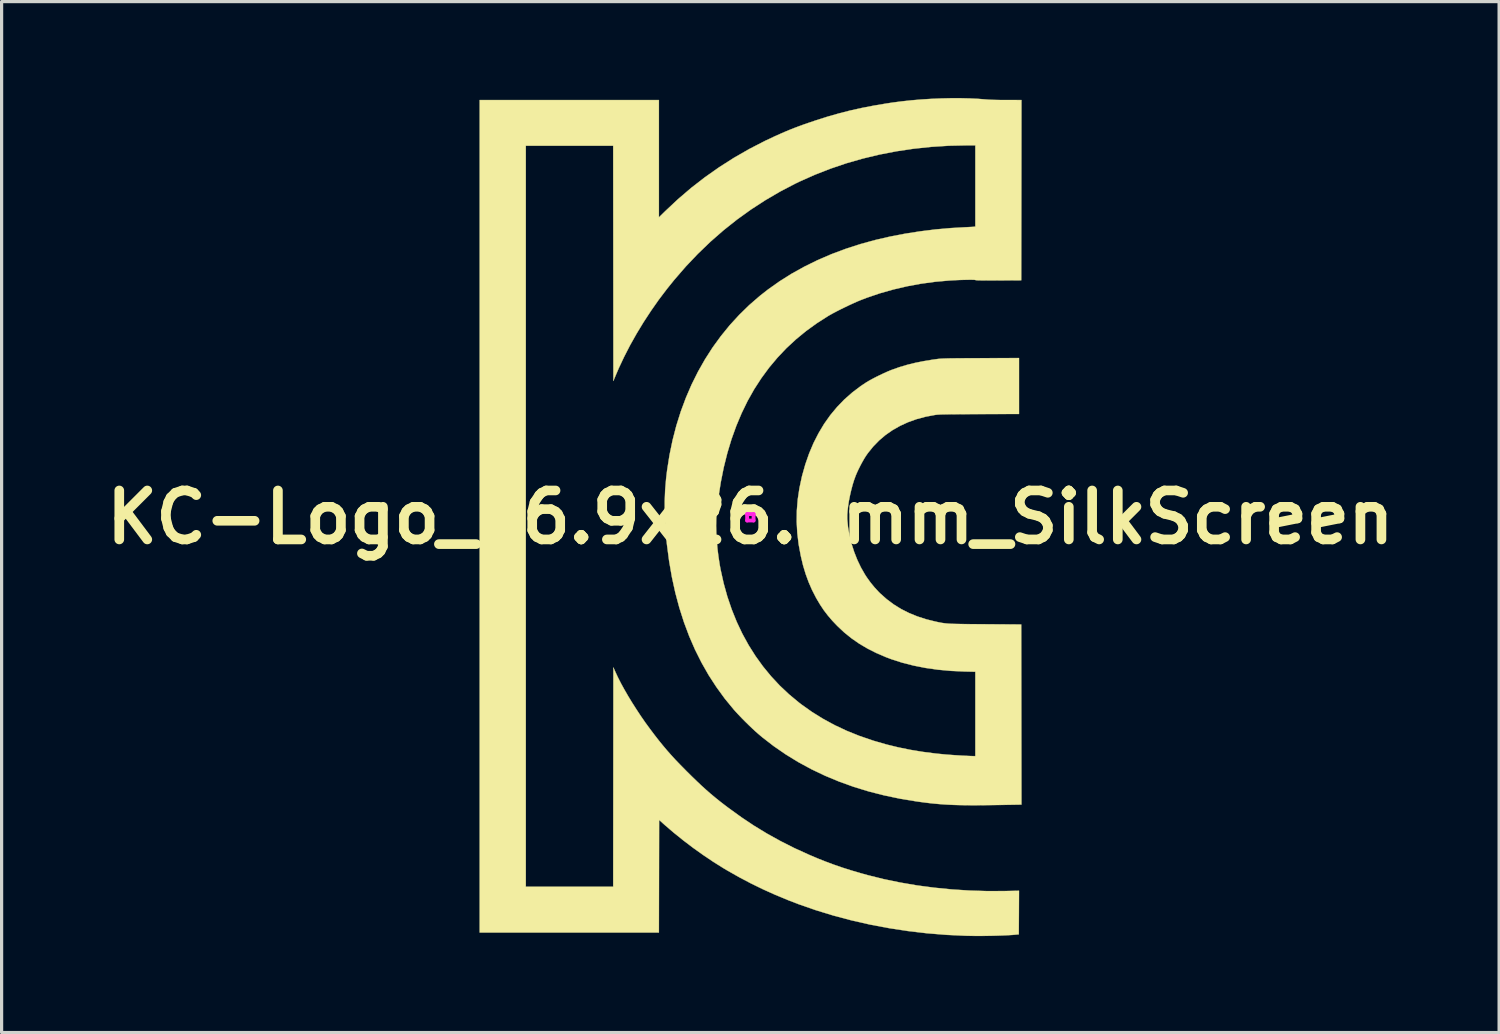
<source format=kicad_pcb>
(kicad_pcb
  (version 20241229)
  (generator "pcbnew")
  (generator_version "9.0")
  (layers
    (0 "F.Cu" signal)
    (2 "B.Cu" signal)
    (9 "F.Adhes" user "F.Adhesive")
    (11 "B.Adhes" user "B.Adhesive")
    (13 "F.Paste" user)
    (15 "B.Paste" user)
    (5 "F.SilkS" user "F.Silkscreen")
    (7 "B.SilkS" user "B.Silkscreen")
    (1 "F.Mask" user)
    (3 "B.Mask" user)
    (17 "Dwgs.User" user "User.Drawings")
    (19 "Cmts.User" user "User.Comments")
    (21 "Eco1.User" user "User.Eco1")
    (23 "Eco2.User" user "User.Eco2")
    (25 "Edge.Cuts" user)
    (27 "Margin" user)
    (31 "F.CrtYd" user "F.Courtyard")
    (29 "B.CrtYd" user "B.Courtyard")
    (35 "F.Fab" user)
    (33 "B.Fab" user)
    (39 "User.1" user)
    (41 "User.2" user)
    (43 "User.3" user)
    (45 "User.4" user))
  (footprint "KC-Logo_16.9x26.1mm_SilkScreen"
    (layer "F.Cu")
    (at 20.291 13.041)
    (property "Reference" "KC-Logo_16.9x26.1mm_SilkScreen" (at 0 0 0) (layer "F.SilkS") (effects (font (size 1.524 1.524) (thickness 0.3))))
    (attr exclude_from_pos_files exclude_from_bom)
    (fp_poly (pts (xy 6.824 -13.029) (xy 7.09 -13.016) (xy 7.303 -12.999) (xy 7.392 -12.992) (xy 7.502 -12.986) (xy 7.633 -12.983) (xy 7.787 -12.98) (xy 7.965 -12.98) (xy 7.966 -12.98) (xy 8.433 -12.979) (xy 8.43 -10.176) (xy 8.426 -7.372) (xy 7.723 -7.369) (xy 7.559 -7.368) (xy 7.419 -7.368) (xy 7.301 -7.369) (xy 7.205 -7.369) (xy 7.129 -7.371) (xy 7.072 -7.372) (xy 7.033 -7.375) (xy 7.01 -7.378) (xy 7.002 -7.38) (xy 6.984 -7.385) (xy 6.944 -7.387) (xy 6.884 -7.389) (xy 6.808 -7.389) (xy 6.719 -7.387) (xy 6.619 -7.385) (xy 6.513 -7.382) (xy 6.402 -7.377) (xy 6.29 -7.371) (xy 6.185 -7.365) (xy 5.747 -7.326) (xy 5.309 -7.266) (xy 4.875 -7.186) (xy 4.447 -7.086) (xy 4.03 -6.968) (xy 3.627 -6.831) (xy 3.429 -6.755) (xy 3.327 -6.713) (xy 3.211 -6.661) (xy 3.084 -6.603) (xy 2.953 -6.54) (xy 2.821 -6.476) (xy 2.695 -6.412) (xy 2.579 -6.351) (xy 2.478 -6.295) (xy 2.422 -6.263) (xy 2.069 -6.037) (xy 1.734 -5.795) (xy 1.419 -5.536) (xy 1.121 -5.26) (xy 0.843 -4.966) (xy 0.583 -4.656) (xy 0.342 -4.328) (xy 0.119 -3.984) (xy -0.085 -3.622) (xy -0.27 -3.242) (xy -0.437 -2.846) (xy -0.586 -2.432) (xy -0.716 -2.001) (xy -0.828 -1.552) (xy -0.921 -1.086) (xy -0.996 -0.603) (xy -1.049 -0.14) (xy -1.061 0.053) (xy -1.065 0.266) (xy -1.059 0.494) (xy -1.045 0.732) (xy -1.023 0.978) (xy -0.992 1.226) (xy -0.954 1.473) (xy -0.926 1.626) (xy -0.831 2.053) (xy -0.716 2.467) (xy -0.58 2.866) (xy -0.425 3.251) (xy -0.25 3.621) (xy -0.055 3.976) (xy 0.159 4.315) (xy 0.392 4.638) (xy 0.644 4.945) (xy 0.914 5.235) (xy 1.203 5.507) (xy 1.51 5.762) (xy 1.589 5.823) (xy 1.918 6.056) (xy 2.262 6.269) (xy 2.622 6.465) (xy 2.999 6.642) (xy 3.393 6.801) (xy 3.805 6.942) (xy 3.866 6.961) (xy 4.23 7.066) (xy 4.599 7.156) (xy 4.976 7.233) (xy 5.365 7.297) (xy 5.771 7.349) (xy 6.064 7.378) (xy 6.15 7.385) (xy 6.25 7.392) (xy 6.359 7.4) (xy 6.472 7.407) (xy 6.586 7.414) (xy 6.695 7.419) (xy 6.794 7.424) (xy 6.879 7.427) (xy 6.945 7.429) (xy 6.963 7.429) (xy 6.998 7.429) (xy 6.998 4.805) (xy 6.658 4.797) (xy 6.24 4.778) (xy 5.837 4.741) (xy 5.45 4.686) (xy 5.079 4.613) (xy 4.725 4.523) (xy 4.389 4.415) (xy 4.214 4.349) (xy 3.916 4.221) (xy 3.64 4.081) (xy 3.383 3.929) (xy 3.143 3.762) (xy 2.918 3.58) (xy 2.707 3.382) (xy 2.705 3.38) (xy 2.547 3.214) (xy 2.408 3.051) (xy 2.283 2.887) (xy 2.168 2.714) (xy 2.057 2.527) (xy 2.04 2.496) (xy 1.918 2.258) (xy 1.812 2.015) (xy 1.72 1.763) (xy 1.64 1.498) (xy 1.572 1.213) (xy 1.569 1.2) (xy 1.502 0.84) (xy 1.46 0.487) (xy 1.441 0.138) (xy 1.446 -0.209) (xy 1.474 -0.557) (xy 1.527 -0.908) (xy 1.603 -1.264) (xy 1.609 -1.289) (xy 1.71 -1.647) (xy 1.829 -1.988) (xy 1.966 -2.311) (xy 2.122 -2.617) (xy 2.295 -2.906) (xy 2.487 -3.177) (xy 2.697 -3.43) (xy 2.924 -3.665) (xy 3.17 -3.882) (xy 3.433 -4.081) (xy 3.607 -4.197) (xy 3.691 -4.247) (xy 3.793 -4.303) (xy 3.907 -4.363) (xy 4.028 -4.422) (xy 4.15 -4.48) (xy 4.266 -4.532) (xy 4.372 -4.576) (xy 4.407 -4.589) (xy 4.638 -4.671) (xy 4.876 -4.742) (xy 5.127 -4.804) (xy 5.392 -4.857) (xy 5.676 -4.904) (xy 5.817 -4.923) (xy 5.848 -4.927) (xy 5.882 -4.93) (xy 5.92 -4.933) (xy 5.964 -4.936) (xy 6.015 -4.938) (xy 6.074 -4.94) (xy 6.145 -4.942) (xy 6.228 -4.944) (xy 6.326 -4.945) (xy 6.439 -4.946) (xy 6.57 -4.947) (xy 6.721 -4.948) (xy 6.893 -4.949) (xy 7.088 -4.949) (xy 7.172 -4.95) (xy 8.357 -4.954) (xy 8.357 -3.214) (xy 7.122 -3.21) (xy 6.913 -3.209) (xy 6.729 -3.208) (xy 6.566 -3.207) (xy 6.424 -3.206) (xy 6.301 -3.205) (xy 6.194 -3.204) (xy 6.104 -3.203) (xy 6.027 -3.201) (xy 5.962 -3.2) (xy 5.908 -3.198) (xy 5.862 -3.195) (xy 5.824 -3.193) (xy 5.792 -3.19) (xy 5.763 -3.186) (xy 5.741 -3.183) (xy 5.448 -3.128) (xy 5.169 -3.053) (xy 4.905 -2.958) (xy 4.656 -2.844) (xy 4.422 -2.711) (xy 4.205 -2.56) (xy 4.005 -2.39) (xy 3.822 -2.202) (xy 3.657 -1.998) (xy 3.592 -1.905) (xy 3.539 -1.82) (xy 3.481 -1.718) (xy 3.421 -1.606) (xy 3.364 -1.492) (xy 3.313 -1.382) (xy 3.277 -1.297) (xy 3.227 -1.16) (xy 3.18 -1.009) (xy 3.138 -0.849) (xy 3.1 -0.685) (xy 3.067 -0.52) (xy 3.042 -0.36) (xy 3.024 -0.209) (xy 3.014 -0.072) (xy 3.014 0.047) (xy 3.014 0.058) (xy 3.038 0.307) (xy 3.083 0.563) (xy 3.147 0.822) (xy 3.229 1.077) (xy 3.327 1.326) (xy 3.44 1.562) (xy 3.566 1.782) (xy 3.615 1.858) (xy 3.734 2.024) (xy 3.856 2.174) (xy 3.986 2.315) (xy 4.04 2.369) (xy 4.243 2.549) (xy 4.458 2.71) (xy 4.687 2.852) (xy 4.932 2.976) (xy 5.193 3.083) (xy 5.471 3.173) (xy 5.729 3.237) (xy 5.79 3.251) (xy 5.845 3.263) (xy 5.897 3.273) (xy 5.946 3.283) (xy 5.996 3.29) (xy 6.047 3.297) (xy 6.102 3.303) (xy 6.163 3.308) (xy 6.231 3.312) (xy 6.309 3.315) (xy 6.399 3.317) (xy 6.502 3.319) (xy 6.621 3.321) (xy 6.757 3.323) (xy 6.913 3.324) (xy 7.089 3.325) (xy 7.29 3.326) (xy 7.309 3.327) (xy 8.426 3.334) (xy 8.433 8.937) (xy 7.782 8.948) (xy 7.516 8.952) (xy 7.273 8.955) (xy 7.051 8.957) (xy 6.846 8.957) (xy 6.658 8.955) (xy 6.483 8.952) (xy 6.319 8.947) (xy 6.164 8.94) (xy 6.015 8.931) (xy 5.871 8.92) (xy 5.727 8.907) (xy 5.583 8.892) (xy 5.436 8.874) (xy 5.283 8.854) (xy 5.169 8.838) (xy 4.659 8.754) (xy 4.162 8.65) (xy 3.68 8.527) (xy 3.211 8.383) (xy 2.758 8.22) (xy 2.319 8.037) (xy 1.896 7.835) (xy 1.489 7.614) (xy 1.098 7.374) (xy 0.724 7.116) (xy 0.366 6.839) (xy 0.246 6.737) (xy 0.158 6.66) (xy 0.059 6.568) (xy -0.048 6.466) (xy -0.158 6.358) (xy -0.266 6.249) (xy -0.367 6.143) (xy -0.457 6.046) (xy -0.517 5.979) (xy -0.797 5.638) (xy -1.056 5.281) (xy -1.297 4.91) (xy -1.518 4.522) (xy -1.72 4.119) (xy -1.902 3.7) (xy -2.065 3.265) (xy -2.209 2.814) (xy -2.334 2.347) (xy -2.44 1.863) (xy -2.527 1.362) (xy -2.595 0.845) (xy -2.622 0.578) (xy -2.65 0.201) (xy -2.664 -0.159) (xy -2.664 -0.51) (xy -2.65 -0.855) (xy -2.621 -1.201) (xy -2.59 -1.46) (xy -2.515 -1.936) (xy -2.419 -2.4) (xy -2.302 -2.852) (xy -2.164 -3.291) (xy -2.005 -3.718) (xy -1.827 -4.131) (xy -1.628 -4.53) (xy -1.41 -4.914) (xy -1.173 -5.284) (xy -0.916 -5.637) (xy -0.641 -5.975) (xy -0.347 -6.296) (xy -0.036 -6.6) (xy 0.294 -6.886) (xy 0.546 -7.084) (xy 0.905 -7.338) (xy 1.282 -7.576) (xy 1.678 -7.796) (xy 2.091 -7.999) (xy 2.52 -8.184) (xy 2.966 -8.351) (xy 3.427 -8.5) (xy 3.899 -8.629) (xy 4.346 -8.732) (xy 4.809 -8.821) (xy 5.282 -8.895) (xy 5.757 -8.954) (xy 6.229 -8.996) (xy 6.593 -9.017) (xy 6.683 -9.022) (xy 6.767 -9.026) (xy 6.84 -9.03) (xy 6.899 -9.033) (xy 6.94 -9.036) (xy 6.956 -9.037) (xy 6.998 -9.044) (xy 6.998 -11.57) (xy 6.734 -11.57) (xy 6.177 -11.558) (xy 5.625 -11.523) (xy 5.08 -11.465) (xy 4.543 -11.385) (xy 4.014 -11.283) (xy 3.494 -11.158) (xy 2.985 -11.012) (xy 2.487 -10.843) (xy 2.001 -10.653) (xy 1.527 -10.442) (xy 1.391 -10.376) (xy 0.917 -10.128) (xy 0.458 -9.859) (xy 0.012 -9.569) (xy -0.42 -9.258) (xy -0.837 -8.926) (xy -1.241 -8.573) (xy -1.631 -8.198) (xy -2.007 -7.802) (xy -2.369 -7.384) (xy -2.601 -7.096) (xy -2.85 -6.767) (xy -3.09 -6.424) (xy -3.32 -6.073) (xy -3.537 -5.716) (xy -3.739 -5.357) (xy -3.923 -5) (xy -4.089 -4.648) (xy -4.186 -4.422) (xy -4.261 -4.241) (xy -4.264 -7.899) (xy -4.267 -11.557) (xy -5.626 -11.557) (xy -6.985 -11.557) (xy -6.985 11.493) (xy -4.267 11.493) (xy -4.264 8.082) (xy -4.261 4.67) (xy -4.197 4.814) (xy -4.119 4.981) (xy -4.026 5.164) (xy -3.919 5.359) (xy -3.802 5.562) (xy -3.675 5.77) (xy -3.541 5.98) (xy -3.403 6.189) (xy -3.262 6.393) (xy -3.121 6.585) (xy -2.981 6.771) (xy -2.849 6.941) (xy -2.721 7.098) (xy -2.595 7.248) (xy -2.465 7.395) (xy -2.329 7.544) (xy -2.181 7.698) (xy -2.018 7.863) (xy -1.982 7.9) (xy -1.815 8.065) (xy -1.661 8.214) (xy -1.517 8.35) (xy -1.378 8.476) (xy -1.241 8.596) (xy -1.102 8.712) (xy -0.959 8.828) (xy -0.806 8.946) (xy -0.679 9.042) (xy -0.285 9.327) (xy 0.113 9.593) (xy 0.519 9.84) (xy 0.936 10.071) (xy 1.367 10.289) (xy 1.817 10.494) (xy 2.076 10.605) (xy 2.333 10.707) (xy 2.59 10.803) (xy 2.853 10.894) (xy 3.127 10.981) (xy 3.418 11.067) (xy 3.651 11.132) (xy 4.147 11.255) (xy 4.659 11.361) (xy 5.185 11.451) (xy 5.723 11.522) (xy 6.268 11.576) (xy 6.819 11.611) (xy 7.372 11.628) (xy 7.922 11.626) (xy 8.357 11.617) (xy 8.354 12.295) (xy 8.35 12.973) (xy 8.268 12.981) (xy 8.157 12.991) (xy 8.024 12.999) (xy 7.875 13.006) (xy 7.712 13.012) (xy 7.54 13.017) (xy 7.363 13.02) (xy 7.185 13.022) (xy 7.011 13.022) (xy 6.843 13.02) (xy 6.699 13.017) (xy 6.098 12.989) (xy 5.497 12.94) (xy 4.9 12.87) (xy 4.308 12.779) (xy 3.723 12.669) (xy 3.147 12.538) (xy 2.582 12.388) (xy 2.03 12.219) (xy 1.493 12.032) (xy 1.181 11.912) (xy 0.776 11.744) (xy 0.39 11.57) (xy 0.017 11.388) (xy -0.349 11.195) (xy -0.714 10.988) (xy -0.832 10.918) (xy -1.144 10.723) (xy -1.461 10.51) (xy -1.778 10.284) (xy -2.09 10.047) (xy -2.389 9.806) (xy -2.671 9.564) (xy -2.711 9.528) (xy -2.838 9.413) (xy -2.845 12.916) (xy -8.42 12.916) (xy -8.42 -12.979) (xy -2.845 -12.979) (xy -2.845 -9.33) (xy -2.645 -9.526) (xy -2.251 -9.895) (xy -1.841 -10.246) (xy -1.414 -10.577) (xy -0.97 -10.889) (xy -0.511 -11.182) (xy -0.037 -11.454) (xy 0.453 -11.707) (xy 0.772 -11.857) (xy 0.934 -11.929) (xy 1.085 -11.995) (xy 1.23 -12.055) (xy 1.374 -12.112) (xy 1.523 -12.168) (xy 1.682 -12.226) (xy 1.855 -12.285) (xy 2.032 -12.345) (xy 2.39 -12.459) (xy 2.745 -12.56) (xy 3.101 -12.652) (xy 3.466 -12.733) (xy 3.842 -12.806) (xy 4.235 -12.872) (xy 4.432 -12.902) (xy 4.718 -12.939) (xy 5.016 -12.971) (xy 5.322 -12.997) (xy 5.631 -13.016) (xy 5.94 -13.029) (xy 6.245 -13.036) (xy 6.541 -13.036) (xy 6.824 -13.029)) (stroke (width 0.01) (type solid)) (fill yes) (layer "F.SilkS"))
    (fp_line (start -0.1 -0.1) (end 0.1 -0.1) (stroke (width 0.12) (type solid)) (layer "F.CrtYd"))
    (fp_line (start -0.1 0.1) (end -0.1 -0.1) (stroke (width 0.12) (type solid)) (layer "F.CrtYd"))
    (fp_line (start 0.1 -0.1) (end 0.1 0.1) (stroke (width 0.12) (type solid)) (layer "F.CrtYd"))
    (fp_line (start 0.1 0.1) (end -0.1 0.1) (stroke (width 0.12) (type solid)) (layer "F.CrtYd")))
  (gr_rect
    (start -3 -3)
    (end 43.582 29.068)
    (stroke (width 0.1) (type default))
    (fill no)
    (layer "Edge.Cuts")))
</source>
